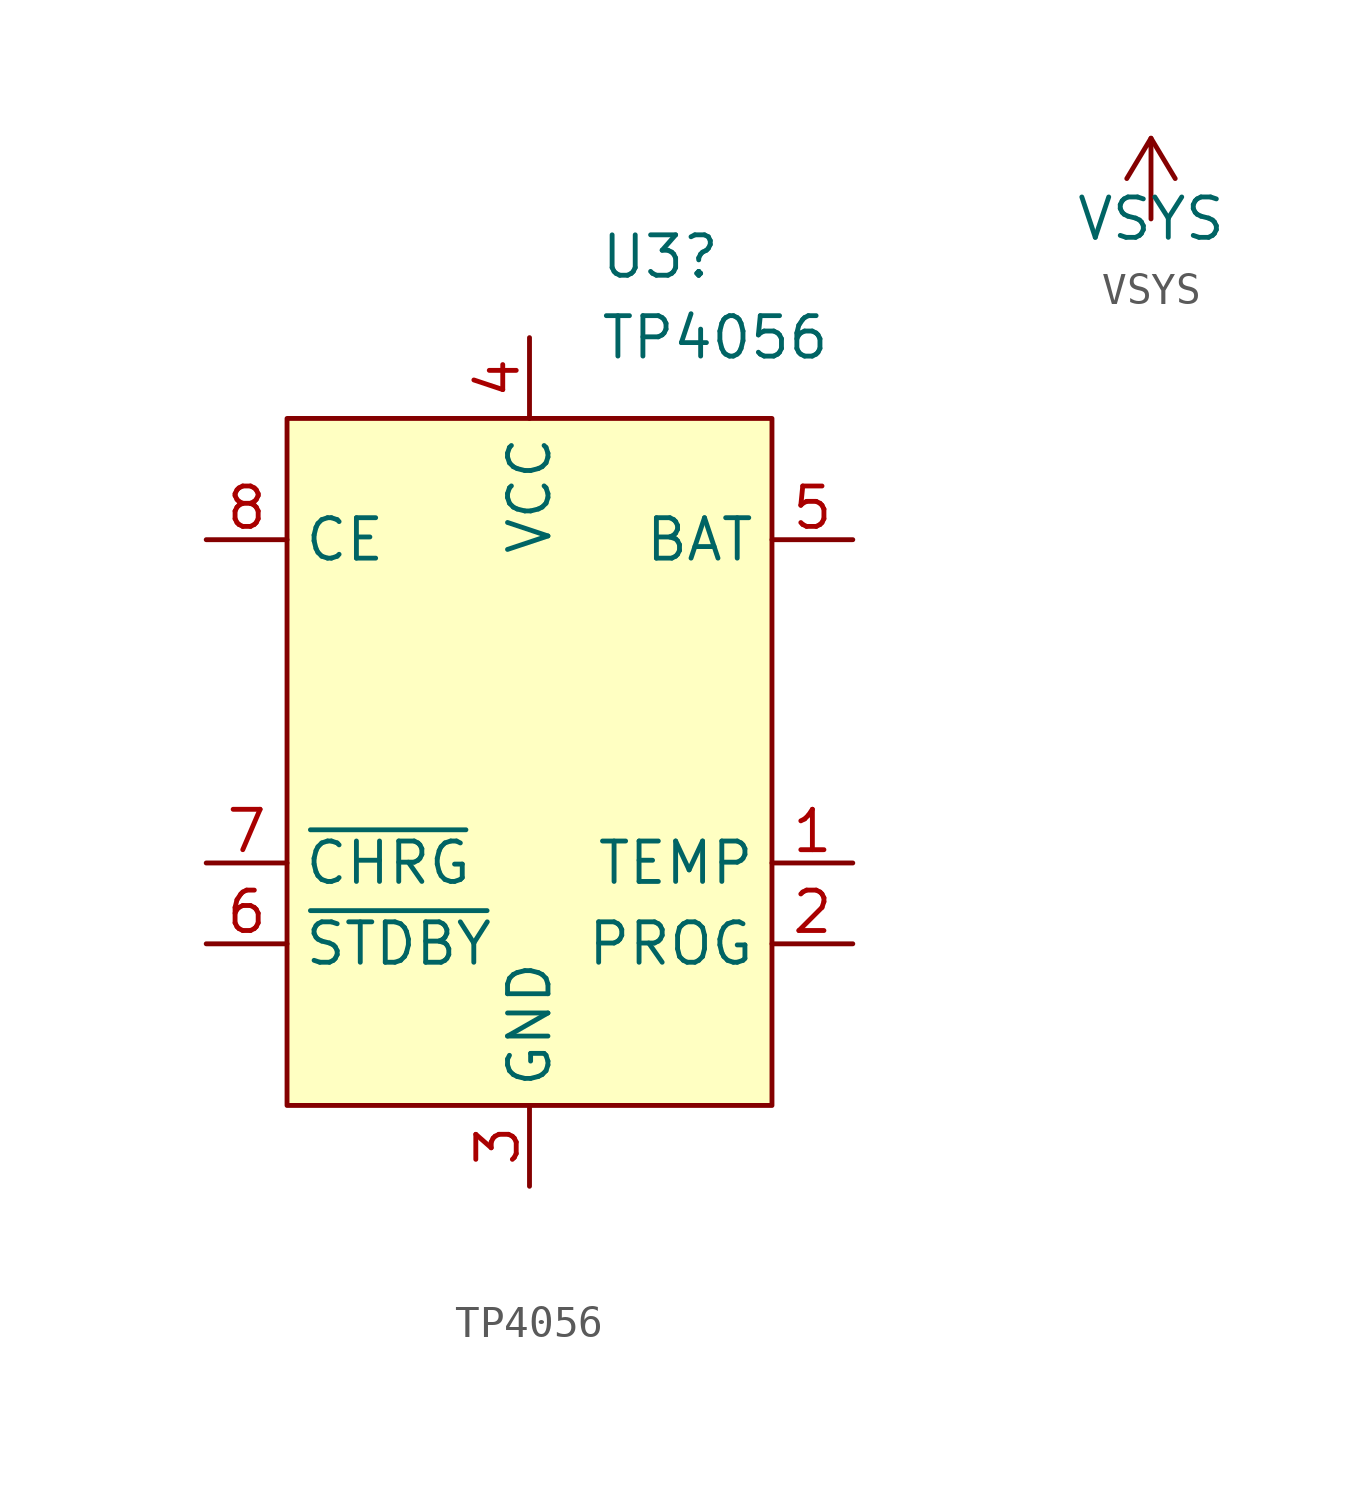
<source format=kicad_sym>
(kicad_symbol_lib
  (version 20231120)
  (generator "kicad_symbol_editor")
  (generator_version "8.0")
  (symbol "TP4056"
    (property "Reference" "U3"
      (at 2.194 1.27 0)
      (effects (font (size 1.27 1.27)) (justify left)))
    (property "Value" "TP4056"
      (at 2.194 -1.27 0)
      (effects (font (size 1.27 1.27)) (justify left)))
    (symbol "TP4056_1_1"
      (rectangle (start -7.62 -3.81) (end 7.62 -25.4) (stroke (width 0) (type default)) (fill (type background)))
      (pin input line (at 10.16 -17.78 180) (length 2.54) (name "TEMP" (effects (font (size 1.27 1.27)))) (number "1" (effects (font (size 1.27 1.27)))))
      (pin input line (at 10.16 -20.32 180) (length 2.54) (name "PROG" (effects (font (size 1.27 1.27)))) (number "2" (effects (font (size 1.27 1.27)))))
      (pin power_in line (at 0 -27.94 90) (length 2.54) (name "GND" (effects (font (size 1.27 1.27)))) (number "3" (effects (font (size 1.27 1.27)))))
      (pin power_in line (at 0 -1.27 270) (length 2.54) (name "VCC" (effects (font (size 1.27 1.27)))) (number "4" (effects (font (size 1.27 1.27)))))
      (pin output line (at 10.16 -7.62 180) (length 2.54) (name "BAT" (effects (font (size 1.27 1.27)))) (number "5" (effects (font (size 1.27 1.27)))))
      (pin output line (at -10.16 -20.32 0) (length 2.54) (name "~{STDBY}" (effects (font (size 1.27 1.27)))) (number "6" (effects (font (size 1.27 1.27)))))
      (pin output line (at -10.16 -17.78 0) (length 2.54) (name "~{CHRG}" (effects (font (size 1.27 1.27)))) (number "7" (effects (font (size 1.27 1.27)))))
      (pin input line (at -10.16 -7.62 0) (length 2.54) (name "CE" (effects (font (size 1.27 1.27)))) (number "8" (effects (font (size 1.27 1.27)))))
      (pin passive line (at 0 -27.94 90) (length 2.54) hide (name "EP" (effects (font (size 1.27 1.27)))) (number "9" (effects (font (size 1.27 1.27)))))))
  (symbol "VSYS"
    (power)
    (property "Reference" "#PWR"
      (at 0 0 0)
      (effects (font (size 1.27 1.27)) (hide yes)))
    (property "Value" "VSYS"
      (at 0 0 0)
      (effects (font (size 1.27 1.27))))
    (symbol "VSYS_0_1"
      (polyline (pts (xy 0 2.54) (xy 0.762 1.27)) (stroke (width 0) (type default)) (fill (type none)))
      (polyline (pts (xy 0 0) (xy 0 2.54) (xy -0.762 1.27)) (stroke (width 0) (type default)) (fill (type none))))
    (symbol "VSYS_1_1"
      (pin power_in line (at 0 0 90) (length 0) hide (name "VSYS" (effects (font (size 1.27 1.27)))) (number "" (effects (font (size 1.27 1.27))))))))
</source>
